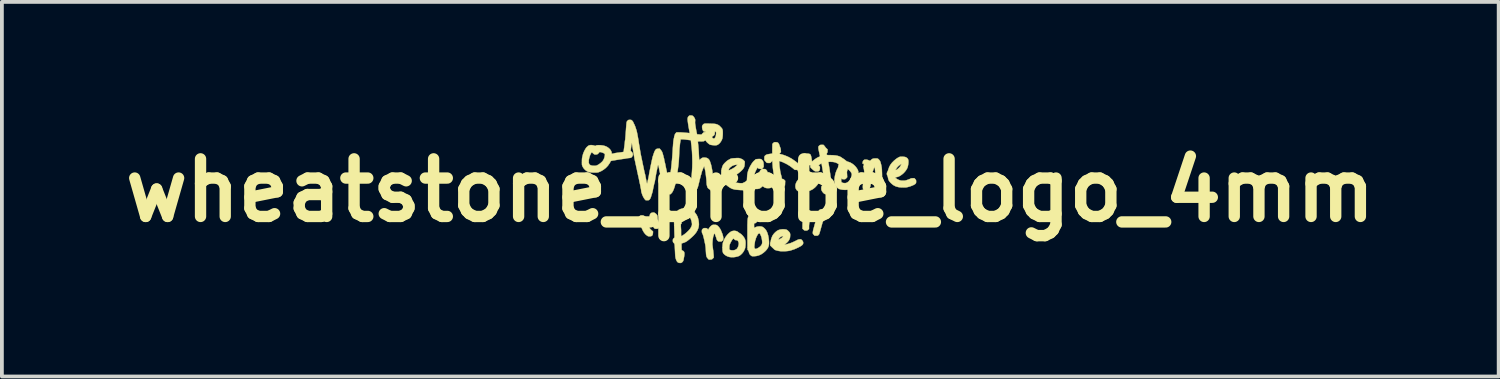
<source format=kicad_pcb>
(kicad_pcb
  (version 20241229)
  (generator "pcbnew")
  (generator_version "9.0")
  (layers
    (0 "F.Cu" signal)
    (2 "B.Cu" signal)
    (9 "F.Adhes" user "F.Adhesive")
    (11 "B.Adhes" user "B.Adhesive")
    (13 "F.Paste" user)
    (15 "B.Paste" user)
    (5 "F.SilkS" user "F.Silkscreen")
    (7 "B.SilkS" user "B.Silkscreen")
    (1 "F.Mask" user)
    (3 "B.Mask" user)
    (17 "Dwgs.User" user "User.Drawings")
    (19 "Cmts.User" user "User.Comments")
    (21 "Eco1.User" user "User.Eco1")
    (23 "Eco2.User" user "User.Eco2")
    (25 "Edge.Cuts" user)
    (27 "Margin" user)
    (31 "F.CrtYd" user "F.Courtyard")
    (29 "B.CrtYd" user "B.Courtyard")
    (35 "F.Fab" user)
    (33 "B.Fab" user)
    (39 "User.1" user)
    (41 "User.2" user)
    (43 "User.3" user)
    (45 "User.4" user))
  (footprint "wheatstone_probe_logo_4mm"
    (layer "F.Cu")
    (at 16.808 1.989)
    (property "Reference" "wheatstone_probe_logo_4mm" (at 0 0 0) (layer "F.SilkS") (effects (font (size 1.524 1.524) (thickness 0.3))))
    (attr through_hole)
    (fp_poly (pts (xy 1.486 0.57) (xy 1.509 0.572) (xy 1.524 0.576) (xy 1.536 0.583) (xy 1.549 0.595) (xy 1.562 0.609) (xy 1.57 0.624) (xy 1.575 0.644) (xy 1.577 0.655) (xy 1.58 0.672) (xy 1.582 0.688) (xy 1.582 0.705) (xy 1.581 0.724) (xy 1.578 0.749) (xy 1.573 0.78) (xy 1.566 0.822) (xy 1.566 0.823) (xy 1.561 0.861) (xy 1.557 0.901) (xy 1.554 0.938) (xy 1.554 0.96) (xy 1.554 1.021) (xy 1.53 1.042) (xy 1.515 1.054) (xy 1.503 1.06) (xy 1.487 1.063) (xy 1.471 1.063) (xy 1.45 1.063) (xy 1.436 1.059) (xy 1.423 1.052) (xy 1.409 1.039) (xy 1.382 1.014) (xy 1.382 0.916) (xy 1.383 0.88) (xy 1.384 0.844) (xy 1.386 0.811) (xy 1.388 0.786) (xy 1.389 0.777) (xy 1.392 0.752) (xy 1.394 0.72) (xy 1.396 0.688) (xy 1.396 0.675) (xy 1.397 0.615) (xy 1.421 0.59) (xy 1.444 0.566) (xy 1.486 0.57)) (stroke (width 0.01) (type solid)) (fill yes) (layer "F.SilkS"))
    (fp_poly (pts (xy -2.547 0.587) (xy -2.535 0.593) (xy -2.517 0.605) (xy -2.517 0.605) (xy -2.49 0.626) (xy -2.472 0.646) (xy -2.461 0.666) (xy -2.456 0.69) (xy -2.454 0.72) (xy -2.453 0.745) (xy -2.45 0.765) (xy -2.445 0.785) (xy -2.437 0.806) (xy -2.425 0.834) (xy -2.417 0.851) (xy -2.403 0.894) (xy -2.399 0.922) (xy -2.398 0.944) (xy -2.4 0.958) (xy -2.405 0.969) (xy -2.415 0.981) (xy -2.422 0.989) (xy -2.436 1.003) (xy -2.446 1.011) (xy -2.458 1.015) (xy -2.476 1.016) (xy -2.486 1.016) (xy -2.508 1.016) (xy -2.522 1.013) (xy -2.533 1.008) (xy -2.544 0.997) (xy -2.547 0.994) (xy -2.562 0.974) (xy -2.579 0.944) (xy -2.598 0.902) (xy -2.62 0.849) (xy -2.636 0.806) (xy -2.654 0.751) (xy -2.663 0.704) (xy -2.663 0.664) (xy -2.654 0.632) (xy -2.636 0.608) (xy -2.628 0.601) (xy -2.614 0.594) (xy -2.593 0.589) (xy -2.58 0.587) (xy -2.561 0.585) (xy -2.547 0.587)) (stroke (width 0.01) (type solid)) (fill yes) (layer "F.SilkS"))
    (fp_poly (pts (xy -2.845 0.662) (xy -2.828 0.666) (xy -2.812 0.674) (xy -2.803 0.68) (xy -2.784 0.695) (xy -2.765 0.712) (xy -2.759 0.719) (xy -2.749 0.732) (xy -2.744 0.744) (xy -2.741 0.759) (xy -2.741 0.782) (xy -2.741 0.783) (xy -2.736 0.832) (xy -2.722 0.881) (xy -2.709 0.908) (xy -2.703 0.921) (xy -2.693 0.941) (xy -2.682 0.964) (xy -2.679 0.97) (xy -2.666 0.996) (xy -2.652 1.016) (xy -2.633 1.036) (xy -2.616 1.052) (xy -2.574 1.089) (xy -2.577 1.132) (xy -2.582 1.166) (xy -2.594 1.191) (xy -2.613 1.207) (xy -2.64 1.215) (xy -2.668 1.217) (xy -2.691 1.215) (xy -2.71 1.21) (xy -2.73 1.198) (xy -2.732 1.197) (xy -2.774 1.163) (xy -2.811 1.118) (xy -2.843 1.064) (xy -2.845 1.059) (xy -2.856 1.036) (xy -2.864 1.017) (xy -2.87 1.005) (xy -2.871 1.002) (xy -2.873 0.995) (xy -2.879 0.981) (xy -2.886 0.967) (xy -2.894 0.949) (xy -2.905 0.924) (xy -2.918 0.894) (xy -2.928 0.868) (xy -2.94 0.838) (xy -2.948 0.814) (xy -2.953 0.795) (xy -2.955 0.776) (xy -2.956 0.755) (xy -2.956 0.754) (xy -2.956 0.708) (xy -2.932 0.685) (xy -2.917 0.672) (xy -2.905 0.665) (xy -2.892 0.662) (xy -2.871 0.662) (xy -2.868 0.662) (xy -2.845 0.662)) (stroke (width 0.01) (type solid)) (fill yes) (layer "F.SilkS"))
    (fp_poly (pts (xy 1.915 0.502) (xy 1.929 0.504) (xy 1.939 0.508) (xy 1.949 0.516) (xy 1.957 0.526) (xy 1.97 0.541) (xy 1.976 0.554) (xy 1.978 0.57) (xy 1.979 0.583) (xy 1.977 0.621) (xy 1.974 0.655) (xy 1.968 0.684) (xy 1.961 0.704) (xy 1.957 0.711) (xy 1.95 0.722) (xy 1.942 0.742) (xy 1.934 0.766) (xy 1.932 0.774) (xy 1.924 0.802) (xy 1.915 0.837) (xy 1.905 0.871) (xy 1.901 0.886) (xy 1.892 0.919) (xy 1.882 0.954) (xy 1.873 0.986) (xy 1.87 0.998) (xy 1.857 1.045) (xy 1.846 1.083) (xy 1.838 1.111) (xy 1.831 1.132) (xy 1.826 1.148) (xy 1.821 1.159) (xy 1.816 1.167) (xy 1.811 1.173) (xy 1.805 1.18) (xy 1.804 1.18) (xy 1.792 1.19) (xy 1.782 1.196) (xy 1.768 1.199) (xy 1.747 1.199) (xy 1.743 1.199) (xy 1.703 1.199) (xy 1.678 1.172) (xy 1.664 1.157) (xy 1.657 1.145) (xy 1.655 1.133) (xy 1.655 1.114) (xy 1.655 1.109) (xy 1.658 1.086) (xy 1.663 1.057) (xy 1.67 1.027) (xy 1.673 1.016) (xy 1.682 0.987) (xy 1.692 0.951) (xy 1.702 0.914) (xy 1.71 0.886) (xy 1.72 0.85) (xy 1.731 0.81) (xy 1.742 0.772) (xy 1.748 0.747) (xy 1.763 0.693) (xy 1.775 0.649) (xy 1.785 0.614) (xy 1.794 0.587) (xy 1.801 0.566) (xy 1.808 0.55) (xy 1.815 0.538) (xy 1.822 0.528) (xy 1.829 0.521) (xy 1.839 0.511) (xy 1.849 0.506) (xy 1.861 0.503) (xy 1.88 0.502) (xy 1.892 0.502) (xy 1.915 0.502)) (stroke (width 0.01) (type solid)) (fill yes) (layer "F.SilkS"))
    (fp_poly (pts (xy -0.375 1.076) (xy -0.342 1.089) (xy -0.322 1.104) (xy -0.304 1.118) (xy -0.285 1.13) (xy -0.284 1.131) (xy -0.248 1.154) (xy -0.213 1.186) (xy -0.185 1.219) (xy -0.161 1.253) (xy -0.145 1.283) (xy -0.135 1.312) (xy -0.128 1.344) (xy -0.126 1.367) (xy -0.125 1.395) (xy -0.126 1.426) (xy -0.128 1.459) (xy -0.131 1.49) (xy -0.135 1.516) (xy -0.14 1.535) (xy -0.142 1.541) (xy -0.147 1.552) (xy -0.154 1.569) (xy -0.159 1.581) (xy -0.181 1.623) (xy -0.213 1.665) (xy -0.251 1.702) (xy -0.273 1.719) (xy -0.292 1.732) (xy -0.314 1.741) (xy -0.341 1.75) (xy -0.394 1.762) (xy -0.448 1.769) (xy -0.5 1.769) (xy -0.547 1.763) (xy -0.559 1.761) (xy -0.603 1.746) (xy -0.641 1.728) (xy -0.675 1.704) (xy -0.681 1.699) (xy -0.702 1.679) (xy -0.717 1.66) (xy -0.727 1.637) (xy -0.733 1.609) (xy -0.736 1.573) (xy -0.737 1.563) (xy -0.737 1.541) (xy -0.556 1.541) (xy -0.555 1.556) (xy -0.554 1.559) (xy -0.544 1.571) (xy -0.525 1.58) (xy -0.5 1.585) (xy -0.471 1.587) (xy -0.441 1.585) (xy -0.413 1.579) (xy -0.389 1.569) (xy -0.389 1.569) (xy -0.372 1.558) (xy -0.357 1.548) (xy -0.353 1.543) (xy -0.338 1.522) (xy -0.324 1.493) (xy -0.313 1.46) (xy -0.307 1.432) (xy -0.305 1.409) (xy -0.305 1.393) (xy -0.308 1.379) (xy -0.314 1.365) (xy -0.326 1.341) (xy -0.337 1.327) (xy -0.349 1.32) (xy -0.365 1.317) (xy -0.372 1.317) (xy -0.391 1.316) (xy -0.404 1.31) (xy -0.419 1.297) (xy -0.419 1.297) (xy -0.433 1.284) (xy -0.443 1.277) (xy -0.447 1.276) (xy -0.457 1.281) (xy -0.47 1.296) (xy -0.487 1.32) (xy -0.505 1.35) (xy -0.521 1.38) (xy -0.534 1.408) (xy -0.543 1.429) (xy -0.549 1.447) (xy -0.552 1.467) (xy -0.554 1.491) (xy -0.555 1.494) (xy -0.556 1.519) (xy -0.556 1.541) (xy -0.737 1.541) (xy -0.737 1.534) (xy -0.737 1.502) (xy -0.735 1.469) (xy -0.732 1.437) (xy -0.729 1.409) (xy -0.725 1.387) (xy -0.722 1.375) (xy -0.721 1.373) (xy -0.717 1.365) (xy -0.711 1.349) (xy -0.703 1.329) (xy -0.694 1.307) (xy -0.685 1.288) (xy -0.678 1.277) (xy -0.671 1.265) (xy -0.667 1.257) (xy -0.664 1.251) (xy -0.655 1.237) (xy -0.643 1.219) (xy -0.635 1.209) (xy -0.607 1.173) (xy -0.575 1.141) (xy -0.543 1.113) (xy -0.513 1.092) (xy -0.492 1.081) (xy -0.453 1.071) (xy -0.413 1.07) (xy -0.375 1.076)) (stroke (width 0.01) (type solid)) (fill yes) (layer "F.SilkS"))
    (fp_poly (pts (xy 0.902 1.03) (xy 0.936 1.035) (xy 0.955 1.04) (xy 0.97 1.046) (xy 0.985 1.057) (xy 1.003 1.074) (xy 1.008 1.078) (xy 1.03 1.102) (xy 1.045 1.123) (xy 1.053 1.146) (xy 1.056 1.174) (xy 1.054 1.21) (xy 1.054 1.213) (xy 1.052 1.236) (xy 1.049 1.255) (xy 1.046 1.266) (xy 1.046 1.267) (xy 1.041 1.276) (xy 1.035 1.291) (xy 1.034 1.295) (xy 1.022 1.319) (xy 1.003 1.346) (xy 0.978 1.374) (xy 0.949 1.401) (xy 0.938 1.409) (xy 0.901 1.437) (xy 0.93 1.433) (xy 0.948 1.429) (xy 0.972 1.423) (xy 0.999 1.416) (xy 1.026 1.408) (xy 1.051 1.401) (xy 1.07 1.394) (xy 1.082 1.389) (xy 1.084 1.388) (xy 1.094 1.383) (xy 1.098 1.382) (xy 1.105 1.38) (xy 1.121 1.373) (xy 1.143 1.363) (xy 1.168 1.351) (xy 1.195 1.338) (xy 1.221 1.325) (xy 1.244 1.313) (xy 1.256 1.307) (xy 1.269 1.302) (xy 1.288 1.298) (xy 1.305 1.296) (xy 1.325 1.294) (xy 1.338 1.295) (xy 1.348 1.3) (xy 1.36 1.31) (xy 1.362 1.312) (xy 1.384 1.337) (xy 1.396 1.361) (xy 1.4 1.386) (xy 1.398 1.407) (xy 1.391 1.425) (xy 1.377 1.443) (xy 1.357 1.46) (xy 1.328 1.479) (xy 1.289 1.5) (xy 1.267 1.512) (xy 1.171 1.555) (xy 1.078 1.586) (xy 1.043 1.596) (xy 1.013 1.601) (xy 0.975 1.606) (xy 0.931 1.609) (xy 0.886 1.61) (xy 0.842 1.61) (xy 0.803 1.609) (xy 0.777 1.606) (xy 0.739 1.6) (xy 0.704 1.592) (xy 0.675 1.583) (xy 0.654 1.575) (xy 0.65 1.573) (xy 0.64 1.565) (xy 0.624 1.551) (xy 0.604 1.532) (xy 0.582 1.511) (xy 0.58 1.51) (xy 0.526 1.456) (xy 0.526 1.417) (xy 0.527 1.39) (xy 0.532 1.371) (xy 0.534 1.367) (xy 0.541 1.353) (xy 0.543 1.338) (xy 0.546 1.315) (xy 0.55 1.301) (xy 0.744 1.301) (xy 0.749 1.303) (xy 0.761 1.298) (xy 0.779 1.29) (xy 0.801 1.278) (xy 0.817 1.268) (xy 0.838 1.252) (xy 0.855 1.234) (xy 0.866 1.218) (xy 0.868 1.208) (xy 0.864 1.206) (xy 0.851 1.209) (xy 0.835 1.215) (xy 0.816 1.224) (xy 0.798 1.234) (xy 0.789 1.241) (xy 0.779 1.25) (xy 0.768 1.264) (xy 0.756 1.279) (xy 0.748 1.293) (xy 0.744 1.301) (xy 0.55 1.301) (xy 0.554 1.285) (xy 0.565 1.251) (xy 0.579 1.218) (xy 0.586 1.202) (xy 0.606 1.171) (xy 0.633 1.137) (xy 0.665 1.105) (xy 0.698 1.078) (xy 0.713 1.067) (xy 0.753 1.048) (xy 0.8 1.035) (xy 0.851 1.029) (xy 0.902 1.03)) (stroke (width 0.01) (type solid)) (fill yes) (layer "F.SilkS"))
    (fp_poly (pts (xy -0.942 0.91) (xy -0.916 0.912) (xy -0.895 0.917) (xy -0.891 0.918) (xy -0.871 0.931) (xy -0.848 0.952) (xy -0.825 0.979) (xy -0.803 1.01) (xy -0.784 1.043) (xy -0.771 1.072) (xy -0.763 1.095) (xy -0.753 1.118) (xy -0.75 1.125) (xy -0.734 1.168) (xy -0.722 1.212) (xy -0.716 1.251) (xy -0.715 1.271) (xy -0.715 1.292) (xy -0.718 1.306) (xy -0.724 1.317) (xy -0.735 1.329) (xy -0.737 1.331) (xy -0.75 1.342) (xy -0.76 1.349) (xy -0.773 1.352) (xy -0.792 1.353) (xy -0.801 1.353) (xy -0.824 1.352) (xy -0.839 1.35) (xy -0.85 1.345) (xy -0.861 1.336) (xy -0.864 1.333) (xy -0.882 1.312) (xy -0.892 1.285) (xy -0.892 1.285) (xy -0.898 1.263) (xy -0.904 1.244) (xy -0.907 1.238) (xy -0.913 1.221) (xy -0.921 1.2) (xy -0.924 1.19) (xy -0.931 1.17) (xy -0.939 1.152) (xy -0.942 1.146) (xy -0.95 1.132) (xy -0.959 1.154) (xy -0.965 1.171) (xy -0.969 1.185) (xy -0.969 1.187) (xy -0.972 1.199) (xy -0.974 1.202) (xy -0.979 1.212) (xy -0.984 1.232) (xy -0.988 1.258) (xy -0.993 1.29) (xy -0.997 1.324) (xy -1 1.359) (xy -1.002 1.392) (xy -1.003 1.421) (xy -1.002 1.441) (xy -1 1.459) (xy -0.997 1.486) (xy -0.993 1.517) (xy -0.988 1.551) (xy -0.988 1.556) (xy -0.982 1.595) (xy -0.978 1.636) (xy -0.974 1.676) (xy -0.971 1.708) (xy -0.967 1.777) (xy -0.99 1.801) (xy -1.003 1.814) (xy -1.014 1.822) (xy -1.028 1.826) (xy -1.049 1.828) (xy -1.054 1.829) (xy -1.096 1.832) (xy -1.123 1.804) (xy -1.138 1.787) (xy -1.149 1.771) (xy -1.158 1.752) (xy -1.164 1.728) (xy -1.169 1.7) (xy -1.172 1.663) (xy -1.175 1.617) (xy -1.176 1.601) (xy -1.178 1.555) (xy -1.181 1.517) (xy -1.185 1.483) (xy -1.19 1.448) (xy -1.198 1.408) (xy -1.202 1.391) (xy -1.215 1.328) (xy -1.227 1.276) (xy -1.237 1.234) (xy -1.246 1.201) (xy -1.254 1.175) (xy -1.26 1.157) (xy -1.267 1.144) (xy -1.268 1.142) (xy -1.276 1.128) (xy -1.28 1.111) (xy -1.282 1.088) (xy -1.282 1.082) (xy -1.281 1.06) (xy -1.279 1.046) (xy -1.274 1.035) (xy -1.263 1.024) (xy -1.259 1.02) (xy -1.247 1.009) (xy -1.236 1.002) (xy -1.223 0.999) (xy -1.204 0.998) (xy -1.196 0.998) (xy -1.174 0.999) (xy -1.16 1.001) (xy -1.149 1.006) (xy -1.137 1.016) (xy -1.133 1.02) (xy -1.121 1.031) (xy -1.112 1.037) (xy -1.111 1.036) (xy -1.107 1.029) (xy -1.1 1.014) (xy -1.088 0.996) (xy -1.088 0.995) (xy -1.061 0.961) (xy -1.03 0.932) (xy -1.006 0.917) (xy -0.991 0.912) (xy -0.968 0.91) (xy -0.942 0.91)) (stroke (width 0.01) (type solid)) (fill yes) (layer "F.SilkS"))
    (fp_poly (pts (xy 3.34 -0.845) (xy 3.359 -0.844) (xy 3.371 -0.841) (xy 3.38 -0.837) (xy 3.39 -0.829) (xy 3.394 -0.826) (xy 3.424 -0.792) (xy 3.444 -0.753) (xy 3.45 -0.731) (xy 3.455 -0.711) (xy 3.459 -0.694) (xy 3.461 -0.688) (xy 3.464 -0.678) (xy 3.468 -0.658) (xy 3.472 -0.633) (xy 3.476 -0.614) (xy 3.478 -0.593) (xy 3.481 -0.569) (xy 3.483 -0.54) (xy 3.484 -0.504) (xy 3.486 -0.461) (xy 3.487 -0.409) (xy 3.488 -0.347) (xy 3.489 -0.308) (xy 3.492 -0.065) (xy 3.466 -0.037) (xy 3.45 -0.022) (xy 3.437 -0.013) (xy 3.423 -0.009) (xy 3.408 -0.007) (xy 3.39 -0.006) (xy 3.377 -0.008) (xy 3.364 -0.014) (xy 3.348 -0.027) (xy 3.345 -0.029) (xy 3.314 -0.053) (xy 3.313 -0.167) (xy 3.313 -0.255) (xy 3.312 -0.334) (xy 3.31 -0.403) (xy 3.308 -0.462) (xy 3.305 -0.51) (xy 3.301 -0.546) (xy 3.299 -0.563) (xy 3.295 -0.587) (xy 3.292 -0.606) (xy 3.29 -0.619) (xy 3.29 -0.621) (xy 3.288 -0.626) (xy 3.287 -0.625) (xy 3.284 -0.618) (xy 3.277 -0.602) (xy 3.269 -0.58) (xy 3.26 -0.555) (xy 3.251 -0.528) (xy 3.242 -0.504) (xy 3.237 -0.484) (xy 3.229 -0.457) (xy 3.22 -0.427) (xy 3.213 -0.405) (xy 3.206 -0.374) (xy 3.204 -0.347) (xy 3.205 -0.332) (xy 3.206 -0.309) (xy 3.205 -0.281) (xy 3.202 -0.258) (xy 3.194 -0.205) (xy 3.187 -0.163) (xy 3.181 -0.131) (xy 3.176 -0.109) (xy 3.173 -0.096) (xy 3.172 -0.094) (xy 3.168 -0.082) (xy 3.164 -0.065) (xy 3.163 -0.061) (xy 3.153 -0.03) (xy 3.135 -0.008) (xy 3.11 0.006) (xy 3.076 0.012) (xy 3.067 0.012) (xy 3.046 0.011) (xy 3.032 0.008) (xy 3.021 0.001) (xy 3.007 -0.01) (xy 2.992 -0.028) (xy 2.983 -0.046) (xy 2.98 -0.06) (xy 2.978 -0.092) (xy 2.98 -0.134) (xy 2.985 -0.186) (xy 2.993 -0.245) (xy 3.005 -0.311) (xy 3.012 -0.346) (xy 3.018 -0.373) (xy 3.021 -0.396) (xy 3.022 -0.417) (xy 3.021 -0.442) (xy 3.019 -0.473) (xy 3.01 -0.545) (xy 2.997 -0.612) (xy 2.992 -0.632) (xy 2.991 -0.646) (xy 2.999 -0.653) (xy 2.999 -0.653) (xy 3.006 -0.658) (xy 3.008 -0.667) (xy 3.006 -0.682) (xy 3.005 -0.684) (xy 3.001 -0.7) (xy 2.996 -0.707) (xy 2.988 -0.708) (xy 2.985 -0.707) (xy 2.976 -0.706) (xy 2.972 -0.709) (xy 2.971 -0.718) (xy 2.973 -0.736) (xy 2.98 -0.769) (xy 2.995 -0.794) (xy 3.013 -0.808) (xy 3.033 -0.813) (xy 3.059 -0.814) (xy 3.089 -0.811) (xy 3.118 -0.803) (xy 3.137 -0.796) (xy 3.169 -0.78) (xy 3.193 -0.803) (xy 3.213 -0.821) (xy 3.231 -0.833) (xy 3.251 -0.84) (xy 3.276 -0.844) (xy 3.309 -0.845) (xy 3.313 -0.845) (xy 3.34 -0.845)) (stroke (width 0.01) (type solid)) (fill yes) (layer "F.SilkS"))
    (fp_poly (pts (xy 0.029 0.638) (xy 0.051 0.639) (xy 0.07 0.642) (xy 0.08 0.646) (xy 0.104 0.663) (xy 0.131 0.685) (xy 0.154 0.71) (xy 0.162 0.72) (xy 0.174 0.736) (xy 0.18 0.75) (xy 0.183 0.766) (xy 0.183 0.784) (xy 0.183 0.805) (xy 0.18 0.819) (xy 0.173 0.832) (xy 0.162 0.845) (xy 0.146 0.86) (xy 0.133 0.867) (xy 0.12 0.868) (xy 0.1 0.868) (xy 0.1 0.934) (xy 0.101 0.963) (xy 0.101 0.981) (xy 0.102 0.991) (xy 0.105 0.994) (xy 0.108 0.993) (xy 0.111 0.991) (xy 0.122 0.984) (xy 0.139 0.974) (xy 0.154 0.968) (xy 0.184 0.959) (xy 0.221 0.954) (xy 0.258 0.953) (xy 0.294 0.957) (xy 0.323 0.966) (xy 0.325 0.967) (xy 0.354 0.986) (xy 0.384 1.014) (xy 0.413 1.049) (xy 0.421 1.062) (xy 0.44 1.097) (xy 0.457 1.141) (xy 0.472 1.192) (xy 0.483 1.247) (xy 0.491 1.304) (xy 0.495 1.36) (xy 0.495 1.413) (xy 0.495 1.418) (xy 0.487 1.467) (xy 0.469 1.513) (xy 0.441 1.558) (xy 0.405 1.6) (xy 0.348 1.651) (xy 0.289 1.691) (xy 0.226 1.72) (xy 0.159 1.737) (xy 0.09 1.743) (xy 0.089 1.743) (xy 0.063 1.742) (xy 0.046 1.74) (xy 0.032 1.735) (xy 0.024 1.729) (xy -0.007 1.702) (xy -0.027 1.67) (xy -0.036 1.639) (xy -0.045 1.608) (xy -0.058 1.587) (xy -0.073 1.571) (xy -0.074 1.492) (xy 0.106 1.492) (xy 0.106 1.507) (xy 0.108 1.518) (xy 0.113 1.528) (xy 0.119 1.535) (xy 0.13 1.546) (xy 0.142 1.55) (xy 0.158 1.547) (xy 0.18 1.538) (xy 0.222 1.515) (xy 0.259 1.487) (xy 0.288 1.456) (xy 0.303 1.432) (xy 0.312 1.407) (xy 0.315 1.372) (xy 0.312 1.328) (xy 0.304 1.277) (xy 0.298 1.249) (xy 0.289 1.22) (xy 0.278 1.192) (xy 0.267 1.167) (xy 0.257 1.148) (xy 0.248 1.138) (xy 0.246 1.136) (xy 0.231 1.137) (xy 0.214 1.147) (xy 0.197 1.167) (xy 0.181 1.195) (xy 0.18 1.196) (xy 0.164 1.23) (xy 0.153 1.255) (xy 0.146 1.273) (xy 0.142 1.286) (xy 0.142 1.293) (xy 0.139 1.304) (xy 0.137 1.308) (xy 0.132 1.316) (xy 0.127 1.335) (xy 0.122 1.364) (xy 0.116 1.403) (xy 0.111 1.438) (xy 0.108 1.47) (xy 0.106 1.492) (xy -0.074 1.492) (xy -0.076 1.209) (xy -0.076 1.12) (xy -0.076 1.042) (xy -0.076 0.974) (xy -0.076 0.915) (xy -0.074 0.865) (xy -0.073 0.822) (xy -0.071 0.787) (xy -0.068 0.757) (xy -0.064 0.733) (xy -0.059 0.713) (xy -0.054 0.697) (xy -0.048 0.684) (xy -0.04 0.672) (xy -0.032 0.662) (xy -0.031 0.661) (xy -0.02 0.649) (xy -0.01 0.642) (xy 0.002 0.639) (xy 0.021 0.638) (xy 0.029 0.638)) (stroke (width 0.01) (type solid)) (fill yes) (layer "F.SilkS"))
    (fp_poly (pts (xy 4.014 -0.891) (xy 4.031 -0.891) (xy 4.063 -0.889) (xy 4.087 -0.886) (xy 4.105 -0.882) (xy 4.119 -0.876) (xy 4.12 -0.876) (xy 4.146 -0.859) (xy 4.166 -0.84) (xy 4.178 -0.816) (xy 4.184 -0.786) (xy 4.185 -0.748) (xy 4.181 -0.701) (xy 4.18 -0.694) (xy 4.173 -0.652) (xy 4.165 -0.619) (xy 4.155 -0.592) (xy 4.153 -0.587) (xy 4.128 -0.543) (xy 4.096 -0.5) (xy 4.059 -0.459) (xy 4.017 -0.423) (xy 3.975 -0.393) (xy 3.932 -0.369) (xy 3.891 -0.355) (xy 3.872 -0.351) (xy 3.854 -0.348) (xy 3.841 -0.345) (xy 3.836 -0.342) (xy 3.838 -0.335) (xy 3.849 -0.325) (xy 3.866 -0.312) (xy 3.887 -0.299) (xy 3.911 -0.286) (xy 3.934 -0.276) (xy 3.938 -0.274) (xy 3.962 -0.266) (xy 3.983 -0.261) (xy 4.005 -0.258) (xy 4.032 -0.257) (xy 4.043 -0.257) (xy 4.072 -0.258) (xy 4.095 -0.26) (xy 4.117 -0.264) (xy 4.141 -0.272) (xy 4.164 -0.28) (xy 4.191 -0.289) (xy 4.215 -0.299) (xy 4.233 -0.307) (xy 4.241 -0.311) (xy 4.255 -0.318) (xy 4.277 -0.321) (xy 4.299 -0.322) (xy 4.342 -0.322) (xy 4.366 -0.297) (xy 4.378 -0.283) (xy 4.385 -0.271) (xy 4.388 -0.257) (xy 4.389 -0.236) (xy 4.389 -0.234) (xy 4.388 -0.21) (xy 4.384 -0.194) (xy 4.377 -0.181) (xy 4.376 -0.181) (xy 4.36 -0.166) (xy 4.333 -0.149) (xy 4.299 -0.133) (xy 4.26 -0.117) (xy 4.217 -0.102) (xy 4.173 -0.09) (xy 4.141 -0.083) (xy 4.114 -0.079) (xy 4.08 -0.078) (xy 4.04 -0.078) (xy 4 -0.079) (xy 3.962 -0.082) (xy 3.929 -0.086) (xy 3.919 -0.088) (xy 3.894 -0.094) (xy 3.875 -0.099) (xy 3.859 -0.104) (xy 3.841 -0.111) (xy 3.819 -0.122) (xy 3.81 -0.126) (xy 3.784 -0.142) (xy 3.755 -0.164) (xy 3.726 -0.19) (xy 3.699 -0.218) (xy 3.677 -0.245) (xy 3.663 -0.268) (xy 3.663 -0.268) (xy 3.655 -0.29) (xy 3.648 -0.317) (xy 3.644 -0.339) (xy 3.639 -0.363) (xy 3.632 -0.383) (xy 3.626 -0.395) (xy 3.617 -0.414) (xy 3.614 -0.439) (xy 3.617 -0.465) (xy 3.625 -0.487) (xy 3.629 -0.495) (xy 3.638 -0.51) (xy 3.648 -0.533) (xy 3.65 -0.539) (xy 3.846 -0.539) (xy 3.853 -0.538) (xy 3.868 -0.544) (xy 3.887 -0.556) (xy 3.924 -0.586) (xy 3.955 -0.618) (xy 3.978 -0.651) (xy 3.992 -0.683) (xy 3.993 -0.685) (xy 3.998 -0.703) (xy 3.964 -0.679) (xy 3.947 -0.666) (xy 3.927 -0.65) (xy 3.908 -0.631) (xy 3.891 -0.613) (xy 3.877 -0.597) (xy 3.87 -0.586) (xy 3.869 -0.583) (xy 3.866 -0.575) (xy 3.858 -0.563) (xy 3.857 -0.563) (xy 3.847 -0.548) (xy 3.846 -0.539) (xy 3.65 -0.539) (xy 3.656 -0.559) (xy 3.677 -0.621) (xy 3.711 -0.681) (xy 3.755 -0.738) (xy 3.799 -0.782) (xy 3.836 -0.813) (xy 3.867 -0.838) (xy 3.896 -0.857) (xy 3.925 -0.874) (xy 3.93 -0.876) (xy 3.946 -0.884) (xy 3.959 -0.888) (xy 3.972 -0.891) (xy 3.99 -0.892) (xy 4.014 -0.891)) (stroke (width 0.01) (type solid)) (fill yes) (layer "F.SilkS"))
    (fp_poly (pts (xy -1.648 0.47) (xy -1.611 0.479) (xy -1.576 0.495) (xy -1.558 0.505) (xy -1.506 0.545) (xy -1.46 0.593) (xy -1.423 0.645) (xy -1.395 0.701) (xy -1.382 0.743) (xy -1.369 0.803) (xy -1.362 0.856) (xy -1.36 0.902) (xy -1.364 0.945) (xy -1.372 0.986) (xy -1.379 1.006) (xy -1.398 1.054) (xy -1.424 1.1) (xy -1.458 1.146) (xy -1.5 1.193) (xy -1.552 1.242) (xy -1.566 1.254) (xy -1.608 1.29) (xy -1.644 1.319) (xy -1.675 1.342) (xy -1.703 1.36) (xy -1.73 1.373) (xy -1.757 1.384) (xy -1.782 1.392) (xy -1.803 1.398) (xy -1.815 1.404) (xy -1.82 1.411) (xy -1.82 1.414) (xy -1.821 1.428) (xy -1.821 1.449) (xy -1.82 1.475) (xy -1.82 1.503) (xy -1.819 1.53) (xy -1.818 1.554) (xy -1.817 1.57) (xy -1.816 1.577) (xy -1.809 1.586) (xy -1.796 1.593) (xy -1.794 1.594) (xy -1.773 1.604) (xy -1.758 1.618) (xy -1.749 1.638) (xy -1.744 1.665) (xy -1.745 1.699) (xy -1.75 1.743) (xy -1.754 1.763) (xy -1.761 1.802) (xy -1.766 1.831) (xy -1.772 1.853) (xy -1.778 1.869) (xy -1.785 1.881) (xy -1.794 1.891) (xy -1.802 1.899) (xy -1.817 1.911) (xy -1.83 1.917) (xy -1.846 1.92) (xy -1.859 1.92) (xy -1.89 1.917) (xy -1.912 1.908) (xy -1.933 1.891) (xy -1.95 1.864) (xy -1.966 1.827) (xy -1.972 1.808) (xy -1.977 1.789) (xy -1.981 1.77) (xy -1.984 1.747) (xy -1.987 1.719) (xy -1.989 1.684) (xy -1.991 1.642) (xy -1.993 1.601) (xy -1.995 1.56) (xy -1.997 1.523) (xy -1.998 1.491) (xy -2 1.468) (xy -2.002 1.442) (xy -2.005 1.425) (xy -2.009 1.413) (xy -2.016 1.402) (xy -2.027 1.39) (xy -2.04 1.375) (xy -2.047 1.362) (xy -2.049 1.347) (xy -2.05 1.329) (xy -2.049 1.308) (xy -2.046 1.294) (xy -2.038 1.281) (xy -2.027 1.268) (xy -2.005 1.243) (xy -2.012 1.022) (xy -2.014 0.968) (xy -2.015 0.925) (xy -1.84 0.925) (xy -1.839 0.947) (xy -1.837 0.977) (xy -1.835 1.007) (xy -1.833 1.034) (xy -1.832 1.054) (xy -1.832 1.065) (xy -1.832 1.066) (xy -1.832 1.077) (xy -1.832 1.096) (xy -1.832 1.121) (xy -1.832 1.144) (xy -1.831 1.176) (xy -1.83 1.196) (xy -1.827 1.207) (xy -1.824 1.211) (xy -1.815 1.208) (xy -1.8 1.2) (xy -1.79 1.193) (xy -1.762 1.174) (xy -1.739 1.158) (xy -1.718 1.142) (xy -1.695 1.121) (xy -1.682 1.111) (xy -1.633 1.063) (xy -1.595 1.019) (xy -1.567 0.975) (xy -1.548 0.932) (xy -1.547 0.928) (xy -1.543 0.9) (xy -1.545 0.866) (xy -1.552 0.828) (xy -1.563 0.789) (xy -1.577 0.752) (xy -1.594 0.72) (xy -1.608 0.702) (xy -1.636 0.675) (xy -1.666 0.658) (xy -1.696 0.65) (xy -1.701 0.65) (xy -1.73 0.653) (xy -1.76 0.66) (xy -1.787 0.67) (xy -1.801 0.679) (xy -1.806 0.683) (xy -1.81 0.689) (xy -1.813 0.697) (xy -1.814 0.71) (xy -1.815 0.731) (xy -1.816 0.759) (xy -1.816 0.782) (xy -1.816 0.817) (xy -1.817 0.842) (xy -1.819 0.86) (xy -1.821 0.872) (xy -1.824 0.88) (xy -1.828 0.886) (xy -1.829 0.887) (xy -1.835 0.893) (xy -1.838 0.9) (xy -1.839 0.91) (xy -1.84 0.925) (xy -2.015 0.925) (xy -2.015 0.913) (xy -2.017 0.861) (xy -2.019 0.813) (xy -2.021 0.771) (xy -2.022 0.737) (xy -2.023 0.717) (xy -2.027 0.633) (xy -2.002 0.606) (xy -1.988 0.592) (xy -1.976 0.582) (xy -1.97 0.579) (xy -1.963 0.575) (xy -1.95 0.565) (xy -1.937 0.552) (xy -1.911 0.528) (xy -1.883 0.509) (xy -1.851 0.495) (xy -1.813 0.484) (xy -1.767 0.475) (xy -1.741 0.472) (xy -1.691 0.468) (xy -1.648 0.47)) (stroke (width 0.01) (type solid)) (fill yes) (layer "F.SilkS"))
    (fp_poly (pts (xy 0.698 -1.274) (xy 0.719 -1.269) (xy 0.736 -1.258) (xy 0.75 -1.24) (xy 0.763 -1.214) (xy 0.776 -1.178) (xy 0.78 -1.167) (xy 0.787 -1.145) (xy 0.794 -1.128) (xy 0.798 -1.119) (xy 0.798 -1.119) (xy 0.801 -1.11) (xy 0.804 -1.093) (xy 0.807 -1.07) (xy 0.807 -1.064) (xy 0.811 -1.015) (xy 0.788 -0.992) (xy 0.776 -0.978) (xy 0.772 -0.969) (xy 0.774 -0.966) (xy 0.784 -0.964) (xy 0.801 -0.959) (xy 0.824 -0.953) (xy 0.833 -0.95) (xy 0.873 -0.939) (xy 0.918 -0.923) (xy 0.963 -0.905) (xy 1.004 -0.887) (xy 1.028 -0.875) (xy 1.048 -0.864) (xy 1.066 -0.854) (xy 1.075 -0.849) (xy 1.09 -0.841) (xy 1.107 -0.83) (xy 1.111 -0.827) (xy 1.159 -0.794) (xy 1.196 -0.767) (xy 1.224 -0.746) (xy 1.243 -0.732) (xy 1.247 -0.728) (xy 1.263 -0.714) (xy 1.276 -0.754) (xy 1.283 -0.775) (xy 1.289 -0.791) (xy 1.294 -0.8) (xy 1.294 -0.8) (xy 1.298 -0.808) (xy 1.307 -0.824) (xy 1.317 -0.844) (xy 1.321 -0.851) (xy 1.338 -0.88) (xy 1.36 -0.909) (xy 1.383 -0.935) (xy 1.407 -0.955) (xy 1.428 -0.969) (xy 1.439 -0.972) (xy 1.454 -0.974) (xy 1.477 -0.974) (xy 1.504 -0.974) (xy 1.512 -0.974) (xy 1.542 -0.971) (xy 1.564 -0.966) (xy 1.582 -0.957) (xy 1.595 -0.943) (xy 1.604 -0.921) (xy 1.612 -0.891) (xy 1.619 -0.851) (xy 1.622 -0.835) (xy 1.632 -0.764) (xy 1.667 -0.791) (xy 1.701 -0.817) (xy 1.728 -0.837) (xy 1.751 -0.852) (xy 1.771 -0.864) (xy 1.791 -0.874) (xy 1.805 -0.881) (xy 1.828 -0.892) (xy 1.841 -0.9) (xy 1.846 -0.906) (xy 1.845 -0.909) (xy 1.842 -0.921) (xy 1.838 -0.938) (xy 1.836 -0.945) (xy 1.832 -0.962) (xy 1.827 -0.987) (xy 1.821 -1.016) (xy 1.816 -1.038) (xy 1.81 -1.068) (xy 1.805 -1.097) (xy 1.802 -1.121) (xy 1.802 -1.133) (xy 1.803 -1.151) (xy 1.807 -1.164) (xy 1.817 -1.176) (xy 1.825 -1.184) (xy 1.838 -1.195) (xy 1.849 -1.201) (xy 1.862 -1.204) (xy 1.881 -1.205) (xy 1.893 -1.205) (xy 1.936 -1.205) (xy 1.961 -1.178) (xy 1.973 -1.162) (xy 1.982 -1.15) (xy 1.985 -1.145) (xy 1.989 -1.138) (xy 2 -1.126) (xy 2.014 -1.112) (xy 2.044 -1.086) (xy 2.044 -1.046) (xy 2.043 -1.021) (xy 2.039 -1.004) (xy 2.033 -0.992) (xy 2.032 -0.991) (xy 2.022 -0.972) (xy 2.022 -0.955) (xy 2.026 -0.945) (xy 2.029 -0.94) (xy 2.035 -0.937) (xy 2.044 -0.935) (xy 2.06 -0.934) (xy 2.083 -0.933) (xy 2.115 -0.933) (xy 2.122 -0.933) (xy 2.191 -0.931) (xy 2.254 -0.925) (xy 2.309 -0.915) (xy 2.356 -0.901) (xy 2.392 -0.884) (xy 2.398 -0.88) (xy 2.409 -0.873) (xy 2.42 -0.865) (xy 2.435 -0.855) (xy 2.457 -0.841) (xy 2.475 -0.829) (xy 2.497 -0.813) (xy 2.519 -0.796) (xy 2.531 -0.786) (xy 2.549 -0.772) (xy 2.571 -0.762) (xy 2.597 -0.754) (xy 2.642 -0.739) (xy 2.687 -0.714) (xy 2.732 -0.682) (xy 2.773 -0.644) (xy 2.808 -0.602) (xy 2.836 -0.559) (xy 2.848 -0.534) (xy 2.853 -0.518) (xy 2.857 -0.503) (xy 2.86 -0.485) (xy 2.861 -0.462) (xy 2.862 -0.431) (xy 2.862 -0.419) (xy 2.861 -0.383) (xy 2.86 -0.354) (xy 2.857 -0.331) (xy 2.853 -0.309) (xy 2.849 -0.294) (xy 2.841 -0.27) (xy 2.834 -0.25) (xy 2.828 -0.236) (xy 2.827 -0.234) (xy 2.819 -0.221) (xy 2.809 -0.203) (xy 2.807 -0.199) (xy 2.791 -0.174) (xy 2.768 -0.145) (xy 2.742 -0.115) (xy 2.715 -0.088) (xy 2.689 -0.067) (xy 2.679 -0.059) (xy 2.628 -0.034) (xy 2.573 -0.018) (xy 2.513 -0.013) (xy 2.447 -0.017) (xy 2.405 -0.024) (xy 2.37 -0.032) (xy 2.343 -0.042) (xy 2.319 -0.057) (xy 2.294 -0.077) (xy 2.275 -0.097) (xy 2.256 -0.12) (xy 2.242 -0.144) (xy 2.233 -0.172) (xy 2.229 -0.205) (xy 2.227 -0.247) (xy 2.227 -0.252) (xy 2.405 -0.252) (xy 2.408 -0.229) (xy 2.418 -0.214) (xy 2.435 -0.203) (xy 2.462 -0.196) (xy 2.472 -0.195) (xy 2.509 -0.192) (xy 2.541 -0.198) (xy 2.567 -0.21) (xy 2.605 -0.238) (xy 2.636 -0.277) (xy 2.656 -0.312) (xy 2.673 -0.354) (xy 2.683 -0.392) (xy 2.687 -0.424) (xy 2.685 -0.439) (xy 2.679 -0.455) (xy 2.667 -0.476) (xy 2.651 -0.498) (xy 2.632 -0.52) (xy 2.614 -0.539) (xy 2.597 -0.553) (xy 2.584 -0.561) (xy 2.581 -0.561) (xy 2.576 -0.556) (xy 2.571 -0.542) (xy 2.565 -0.524) (xy 2.56 -0.504) (xy 2.557 -0.486) (xy 2.557 -0.476) (xy 2.558 -0.462) (xy 2.559 -0.44) (xy 2.561 -0.414) (xy 2.561 -0.403) (xy 2.564 -0.349) (xy 2.54 -0.322) (xy 2.526 -0.308) (xy 2.515 -0.3) (xy 2.503 -0.296) (xy 2.485 -0.295) (xy 2.476 -0.295) (xy 2.453 -0.296) (xy 2.438 -0.299) (xy 2.427 -0.305) (xy 2.424 -0.308) (xy 2.411 -0.32) (xy 2.407 -0.284) (xy 2.405 -0.252) (xy 2.227 -0.252) (xy 2.227 -0.254) (xy 2.23 -0.319) (xy 2.241 -0.387) (xy 2.253 -0.442) (xy 2.262 -0.47) (xy 2.273 -0.501) (xy 2.286 -0.532) (xy 2.298 -0.56) (xy 2.31 -0.582) (xy 2.314 -0.589) (xy 2.324 -0.61) (xy 2.327 -0.629) (xy 2.33 -0.649) (xy 2.336 -0.67) (xy 2.336 -0.672) (xy 2.342 -0.685) (xy 2.344 -0.693) (xy 2.344 -0.694) (xy 2.338 -0.697) (xy 2.33 -0.701) (xy 2.293 -0.722) (xy 2.258 -0.738) (xy 2.221 -0.748) (xy 2.18 -0.754) (xy 2.131 -0.756) (xy 2.116 -0.756) (xy 2.09 -0.756) (xy 2.075 -0.755) (xy 2.066 -0.753) (xy 2.064 -0.75) (xy 2.064 -0.744) (xy 2.065 -0.743) (xy 2.067 -0.73) (xy 2.072 -0.708) (xy 2.077 -0.68) (xy 2.082 -0.649) (xy 2.087 -0.618) (xy 2.092 -0.589) (xy 2.096 -0.565) (xy 2.097 -0.558) (xy 2.1 -0.537) (xy 2.104 -0.509) (xy 2.108 -0.477) (xy 2.112 -0.455) (xy 2.125 -0.351) (xy 2.135 -0.256) (xy 2.139 -0.17) (xy 2.14 -0.092) (xy 2.138 -0.056) (xy 2.133 0.035) (xy 2.109 0.064) (xy 2.088 0.086) (xy 2.068 0.096) (xy 2.067 0.097) (xy 2.049 0.099) (xy 2.027 0.1) (xy 2.003 0.1) (xy 1.984 0.098) (xy 1.973 0.096) (xy 1.953 0.085) (xy 1.932 0.065) (xy 1.912 0.042) (xy 1.896 0.017) (xy 1.895 0.016) (xy 1.886 -0.005) (xy 1.881 -0.021) (xy 1.879 -0.039) (xy 1.879 -0.063) (xy 1.879 -0.064) (xy 1.881 -0.087) (xy 1.884 -0.102) (xy 1.889 -0.112) (xy 1.897 -0.121) (xy 1.901 -0.125) (xy 1.92 -0.138) (xy 1.941 -0.142) (xy 1.942 -0.142) (xy 1.964 -0.142) (xy 1.96 -0.199) (xy 1.957 -0.229) (xy 1.954 -0.258) (xy 1.951 -0.282) (xy 1.95 -0.289) (xy 1.946 -0.31) (xy 1.942 -0.337) (xy 1.939 -0.368) (xy 1.937 -0.384) (xy 1.933 -0.417) (xy 1.928 -0.456) (xy 1.923 -0.495) (xy 1.919 -0.517) (xy 1.913 -0.552) (xy 1.907 -0.589) (xy 1.901 -0.624) (xy 1.898 -0.644) (xy 1.894 -0.669) (xy 1.89 -0.69) (xy 1.886 -0.704) (xy 1.885 -0.707) (xy 1.88 -0.71) (xy 1.869 -0.706) (xy 1.851 -0.696) (xy 1.844 -0.691) (xy 1.807 -0.667) (xy 1.826 -0.646) (xy 1.835 -0.634) (xy 1.84 -0.624) (xy 1.843 -0.612) (xy 1.843 -0.593) (xy 1.842 -0.58) (xy 1.84 -0.557) (xy 1.838 -0.542) (xy 1.833 -0.532) (xy 1.824 -0.523) (xy 1.821 -0.519) (xy 1.809 -0.51) (xy 1.798 -0.505) (xy 1.784 -0.503) (xy 1.762 -0.502) (xy 1.758 -0.502) (xy 1.735 -0.503) (xy 1.718 -0.505) (xy 1.705 -0.511) (xy 1.69 -0.52) (xy 1.689 -0.521) (xy 1.672 -0.534) (xy 1.651 -0.552) (xy 1.629 -0.572) (xy 1.626 -0.575) (xy 1.608 -0.593) (xy 1.597 -0.605) (xy 1.591 -0.616) (xy 1.589 -0.627) (xy 1.589 -0.641) (xy 1.589 -0.671) (xy 1.548 -0.669) (xy 1.527 -0.668) (xy 1.512 -0.669) (xy 1.502 -0.673) (xy 1.49 -0.682) (xy 1.484 -0.688) (xy 1.471 -0.699) (xy 1.461 -0.707) (xy 1.458 -0.709) (xy 1.454 -0.704) (xy 1.449 -0.69) (xy 1.444 -0.67) (xy 1.438 -0.649) (xy 1.434 -0.627) (xy 1.433 -0.617) (xy 1.432 -0.599) (xy 1.434 -0.585) (xy 1.442 -0.573) (xy 1.455 -0.56) (xy 1.476 -0.547) (xy 1.505 -0.531) (xy 1.528 -0.52) (xy 1.588 -0.488) (xy 1.642 -0.456) (xy 1.687 -0.425) (xy 1.723 -0.396) (xy 1.749 -0.368) (xy 1.751 -0.366) (xy 1.769 -0.34) (xy 1.78 -0.315) (xy 1.787 -0.287) (xy 1.789 -0.254) (xy 1.789 -0.22) (xy 1.787 -0.162) (xy 1.756 -0.124) (xy 1.711 -0.076) (xy 1.659 -0.035) (xy 1.603 -0.005) (xy 1.574 0.006) (xy 1.553 0.013) (xy 1.536 0.019) (xy 1.527 0.023) (xy 1.527 0.024) (xy 1.519 0.028) (xy 1.507 0.031) (xy 1.488 0.034) (xy 1.46 0.038) (xy 1.427 0.041) (xy 1.373 0.045) (xy 1.328 0.042) (xy 1.291 0.033) (xy 1.259 0.017) (xy 1.231 -0.006) (xy 1.227 -0.01) (xy 1.208 -0.039) (xy 1.197 -0.074) (xy 1.193 -0.114) (xy 1.198 -0.155) (xy 1.211 -0.197) (xy 1.231 -0.236) (xy 1.232 -0.237) (xy 1.261 -0.277) (xy 1.287 -0.307) (xy 1.31 -0.328) (xy 1.328 -0.336) (xy 1.357 -0.342) (xy 1.379 -0.342) (xy 1.398 -0.333) (xy 1.416 -0.317) (xy 1.43 -0.303) (xy 1.437 -0.292) (xy 1.44 -0.28) (xy 1.441 -0.262) (xy 1.441 -0.251) (xy 1.441 -0.229) (xy 1.438 -0.214) (xy 1.432 -0.2) (xy 1.421 -0.184) (xy 1.415 -0.175) (xy 1.402 -0.158) (xy 1.393 -0.145) (xy 1.39 -0.138) (xy 1.39 -0.138) (xy 1.397 -0.138) (xy 1.412 -0.14) (xy 1.431 -0.143) (xy 1.451 -0.148) (xy 1.469 -0.153) (xy 1.48 -0.156) (xy 1.496 -0.163) (xy 1.517 -0.172) (xy 1.524 -0.175) (xy 1.545 -0.185) (xy 1.568 -0.198) (xy 1.579 -0.205) (xy 1.594 -0.218) (xy 1.604 -0.23) (xy 1.606 -0.242) (xy 1.602 -0.254) (xy 1.589 -0.268) (xy 1.568 -0.284) (xy 1.538 -0.302) (xy 1.498 -0.324) (xy 1.453 -0.348) (xy 1.415 -0.367) (xy 1.385 -0.383) (xy 1.363 -0.397) (xy 1.344 -0.41) (xy 1.329 -0.423) (xy 1.314 -0.438) (xy 1.311 -0.441) (xy 1.286 -0.469) (xy 1.269 -0.492) (xy 1.259 -0.512) (xy 1.256 -0.524) (xy 1.253 -0.535) (xy 1.248 -0.54) (xy 1.239 -0.543) (xy 1.223 -0.543) (xy 1.213 -0.543) (xy 1.192 -0.544) (xy 1.177 -0.547) (xy 1.165 -0.553) (xy 1.151 -0.565) (xy 1.15 -0.566) (xy 1.129 -0.584) (xy 1.102 -0.605) (xy 1.074 -0.627) (xy 1.047 -0.646) (xy 1.027 -0.659) (xy 1.01 -0.669) (xy 0.989 -0.682) (xy 0.981 -0.687) (xy 0.959 -0.699) (xy 0.934 -0.712) (xy 0.921 -0.718) (xy 0.902 -0.727) (xy 0.885 -0.735) (xy 0.878 -0.739) (xy 0.867 -0.744) (xy 0.85 -0.751) (xy 0.829 -0.758) (xy 0.807 -0.766) (xy 0.787 -0.773) (xy 0.772 -0.777) (xy 0.765 -0.778) (xy 0.765 -0.778) (xy 0.764 -0.772) (xy 0.764 -0.756) (xy 0.766 -0.733) (xy 0.768 -0.706) (xy 0.77 -0.677) (xy 0.772 -0.648) (xy 0.775 -0.622) (xy 0.778 -0.602) (xy 0.78 -0.59) (xy 0.78 -0.588) (xy 0.784 -0.57) (xy 0.786 -0.551) (xy 0.787 -0.537) (xy 0.79 -0.515) (xy 0.795 -0.488) (xy 0.801 -0.459) (xy 0.808 -0.431) (xy 0.814 -0.407) (xy 0.819 -0.389) (xy 0.821 -0.383) (xy 0.826 -0.368) (xy 0.827 -0.359) (xy 0.829 -0.344) (xy 0.833 -0.326) (xy 0.833 -0.323) (xy 0.838 -0.309) (xy 0.846 -0.303) (xy 0.857 -0.301) (xy 0.873 -0.298) (xy 0.889 -0.287) (xy 0.899 -0.278) (xy 0.923 -0.254) (xy 0.92 -0.186) (xy 0.919 -0.156) (xy 0.917 -0.135) (xy 0.914 -0.121) (xy 0.91 -0.11) (xy 0.903 -0.1) (xy 0.901 -0.098) (xy 0.878 -0.074) (xy 0.851 -0.062) (xy 0.825 -0.059) (xy 0.785 -0.065) (xy 0.749 -0.08) (xy 0.72 -0.105) (xy 0.698 -0.139) (xy 0.687 -0.167) (xy 0.682 -0.186) (xy 0.678 -0.196) (xy 0.674 -0.197) (xy 0.669 -0.192) (xy 0.668 -0.19) (xy 0.66 -0.18) (xy 0.647 -0.163) (xy 0.63 -0.143) (xy 0.62 -0.132) (xy 0.593 -0.103) (xy 0.568 -0.082) (xy 0.544 -0.069) (xy 0.517 -0.062) (xy 0.484 -0.059) (xy 0.474 -0.059) (xy 0.439 -0.06) (xy 0.411 -0.065) (xy 0.386 -0.073) (xy 0.362 -0.087) (xy 0.353 -0.093) (xy 0.325 -0.113) (xy 0.295 -0.085) (xy 0.271 -0.065) (xy 0.248 -0.052) (xy 0.222 -0.044) (xy 0.188 -0.038) (xy 0.18 -0.038) (xy 0.132 -0.037) (xy 0.084 -0.044) (xy 0.042 -0.057) (xy 0.025 -0.065) (xy 0.008 -0.073) (xy -0.004 -0.078) (xy -0.016 -0.077) (xy -0.03 -0.072) (xy -0.05 -0.061) (xy -0.062 -0.054) (xy -0.087 -0.041) (xy -0.117 -0.027) (xy -0.139 -0.019) (xy -0.157 -0.013) (xy -0.173 -0.009) (xy -0.19 -0.007) (xy -0.21 -0.007) (xy -0.237 -0.008) (xy -0.254 -0.008) (xy -0.292 -0.011) (xy -0.329 -0.014) (xy -0.364 -0.017) (xy -0.395 -0.021) (xy -0.419 -0.025) (xy -0.435 -0.029) (xy -0.441 -0.031) (xy -0.45 -0.035) (xy -0.457 -0.035) (xy -0.47 -0.038) (xy -0.49 -0.046) (xy -0.513 -0.058) (xy -0.536 -0.071) (xy -0.556 -0.084) (xy -0.561 -0.088) (xy -0.578 -0.1) (xy -0.594 -0.111) (xy -0.597 -0.113) (xy -0.621 -0.132) (xy -0.648 -0.158) (xy -0.675 -0.189) (xy -0.699 -0.22) (xy -0.716 -0.245) (xy -0.738 -0.286) (xy -0.753 -0.322) (xy -0.762 -0.359) (xy -0.768 -0.399) (xy -0.769 -0.447) (xy -0.769 -0.452) (xy -0.769 -0.487) (xy -0.767 -0.514) (xy -0.765 -0.536) (xy -0.572 -0.536) (xy -0.568 -0.533) (xy -0.557 -0.535) (xy -0.545 -0.54) (xy -0.525 -0.548) (xy -0.502 -0.56) (xy -0.493 -0.564) (xy -0.449 -0.588) (xy -0.414 -0.611) (xy -0.385 -0.634) (xy -0.36 -0.658) (xy -0.354 -0.664) (xy -0.34 -0.681) (xy -0.384 -0.677) (xy -0.433 -0.668) (xy -0.481 -0.647) (xy -0.526 -0.614) (xy -0.528 -0.613) (xy -0.547 -0.595) (xy -0.559 -0.578) (xy -0.568 -0.557) (xy -0.571 -0.546) (xy -0.572 -0.536) (xy -0.765 -0.536) (xy -0.764 -0.538) (xy -0.759 -0.562) (xy -0.752 -0.591) (xy -0.751 -0.592) (xy -0.741 -0.627) (xy -0.73 -0.654) (xy -0.717 -0.676) (xy -0.71 -0.687) (xy -0.691 -0.71) (xy -0.666 -0.736) (xy -0.64 -0.76) (xy -0.615 -0.782) (xy -0.593 -0.797) (xy -0.591 -0.798) (xy -0.574 -0.808) (xy -0.552 -0.82) (xy -0.538 -0.828) (xy -0.525 -0.835) (xy -0.513 -0.84) (xy -0.5 -0.843) (xy -0.484 -0.846) (xy -0.462 -0.849) (xy -0.431 -0.851) (xy -0.407 -0.852) (xy -0.37 -0.855) (xy -0.342 -0.856) (xy -0.321 -0.856) (xy -0.305 -0.855) (xy -0.291 -0.853) (xy -0.278 -0.849) (xy -0.274 -0.848) (xy -0.226 -0.83) (xy -0.189 -0.808) (xy -0.165 -0.785) (xy -0.146 -0.761) (xy -0.149 -0.704) (xy -0.152 -0.668) (xy -0.157 -0.64) (xy -0.164 -0.616) (xy -0.176 -0.594) (xy -0.187 -0.576) (xy -0.207 -0.551) (xy -0.234 -0.523) (xy -0.267 -0.493) (xy -0.303 -0.464) (xy -0.339 -0.437) (xy -0.373 -0.415) (xy -0.387 -0.407) (xy -0.403 -0.399) (xy -0.416 -0.392) (xy -0.444 -0.378) (xy -0.478 -0.366) (xy -0.512 -0.357) (xy -0.522 -0.355) (xy -0.541 -0.351) (xy -0.555 -0.348) (xy -0.559 -0.347) (xy -0.558 -0.34) (xy -0.55 -0.327) (xy -0.535 -0.311) (xy -0.516 -0.292) (xy -0.495 -0.273) (xy -0.473 -0.254) (xy -0.452 -0.238) (xy -0.433 -0.225) (xy -0.428 -0.223) (xy -0.395 -0.21) (xy -0.353 -0.2) (xy -0.302 -0.194) (xy -0.275 -0.191) (xy -0.246 -0.19) (xy -0.225 -0.19) (xy -0.211 -0.191) (xy -0.198 -0.194) (xy -0.185 -0.2) (xy -0.177 -0.204) (xy -0.154 -0.216) (xy -0.129 -0.23) (xy -0.118 -0.237) (xy -0.09 -0.254) (xy -0.086 -0.33) (xy -0.082 -0.393) (xy -0.074 -0.449) (xy -0.063 -0.498) (xy -0.047 -0.545) (xy -0.026 -0.593) (xy -0.016 -0.615) (xy 0.014 -0.669) (xy 0.042 -0.714) (xy 0.069 -0.751) (xy 0.098 -0.781) (xy 0.11 -0.792) (xy 0.148 -0.825) (xy 0.2 -0.83) (xy 0.236 -0.832) (xy 0.262 -0.831) (xy 0.281 -0.827) (xy 0.297 -0.819) (xy 0.311 -0.806) (xy 0.318 -0.798) (xy 0.335 -0.774) (xy 0.346 -0.747) (xy 0.352 -0.714) (xy 0.354 -0.673) (xy 0.354 -0.668) (xy 0.354 -0.62) (xy 0.329 -0.593) (xy 0.304 -0.566) (xy 0.263 -0.569) (xy 0.239 -0.573) (xy 0.222 -0.577) (xy 0.21 -0.585) (xy 0.206 -0.588) (xy 0.19 -0.604) (xy 0.182 -0.589) (xy 0.161 -0.55) (xy 0.145 -0.518) (xy 0.133 -0.492) (xy 0.123 -0.467) (xy 0.116 -0.443) (xy 0.109 -0.416) (xy 0.109 -0.413) (xy 0.099 -0.365) (xy 0.093 -0.326) (xy 0.093 -0.295) (xy 0.095 -0.276) (xy 0.101 -0.25) (xy 0.109 -0.233) (xy 0.12 -0.224) (xy 0.129 -0.221) (xy 0.143 -0.218) (xy 0.151 -0.216) (xy 0.164 -0.218) (xy 0.18 -0.228) (xy 0.197 -0.247) (xy 0.213 -0.27) (xy 0.213 -0.271) (xy 0.221 -0.285) (xy 0.227 -0.297) (xy 0.231 -0.309) (xy 0.234 -0.323) (xy 0.236 -0.343) (xy 0.237 -0.37) (xy 0.238 -0.395) (xy 0.24 -0.436) (xy 0.243 -0.467) (xy 0.247 -0.491) (xy 0.254 -0.509) (xy 0.263 -0.525) (xy 0.277 -0.539) (xy 0.285 -0.547) (xy 0.297 -0.557) (xy 0.307 -0.564) (xy 0.318 -0.567) (xy 0.334 -0.567) (xy 0.356 -0.566) (xy 0.379 -0.565) (xy 0.395 -0.563) (xy 0.406 -0.558) (xy 0.416 -0.55) (xy 0.426 -0.539) (xy 0.437 -0.526) (xy 0.444 -0.516) (xy 0.448 -0.504) (xy 0.449 -0.487) (xy 0.449 -0.468) (xy 0.448 -0.442) (xy 0.445 -0.409) (xy 0.44 -0.375) (xy 0.437 -0.354) (xy 0.431 -0.32) (xy 0.429 -0.296) (xy 0.43 -0.279) (xy 0.435 -0.266) (xy 0.443 -0.257) (xy 0.452 -0.25) (xy 0.468 -0.24) (xy 0.494 -0.269) (xy 0.507 -0.285) (xy 0.516 -0.298) (xy 0.52 -0.304) (xy 0.524 -0.312) (xy 0.534 -0.324) (xy 0.543 -0.333) (xy 0.558 -0.346) (xy 0.572 -0.354) (xy 0.59 -0.357) (xy 0.601 -0.359) (xy 0.636 -0.362) (xy 0.622 -0.428) (xy 0.609 -0.501) (xy 0.598 -0.586) (xy 0.59 -0.679) (xy 0.588 -0.715) (xy 0.586 -0.743) (xy 0.584 -0.765) (xy 0.582 -0.78) (xy 0.581 -0.786) (xy 0.58 -0.786) (xy 0.575 -0.777) (xy 0.564 -0.763) (xy 0.553 -0.752) (xy 0.54 -0.738) (xy 0.529 -0.731) (xy 0.517 -0.727) (xy 0.499 -0.727) (xy 0.49 -0.727) (xy 0.468 -0.727) (xy 0.45 -0.728) (xy 0.441 -0.73) (xy 0.432 -0.736) (xy 0.419 -0.749) (xy 0.404 -0.766) (xy 0.402 -0.769) (xy 0.372 -0.804) (xy 0.372 -0.851) (xy 0.372 -0.875) (xy 0.374 -0.891) (xy 0.378 -0.902) (xy 0.385 -0.913) (xy 0.39 -0.918) (xy 0.407 -0.934) (xy 0.428 -0.945) (xy 0.456 -0.954) (xy 0.493 -0.961) (xy 0.506 -0.963) (xy 0.537 -0.967) (xy 0.559 -0.97) (xy 0.572 -0.974) (xy 0.58 -0.978) (xy 0.582 -0.985) (xy 0.583 -0.996) (xy 0.582 -1.009) (xy 0.582 -1.027) (xy 0.582 -1.053) (xy 0.583 -1.086) (xy 0.583 -1.121) (xy 0.583 -1.136) (xy 0.585 -1.23) (xy 0.608 -1.253) (xy 0.62 -1.265) (xy 0.631 -1.272) (xy 0.643 -1.275) (xy 0.662 -1.276) (xy 0.672 -1.276) (xy 0.698 -1.274)) (stroke (width 0.01) (type solid)) (fill yes) (layer "F.SilkS"))
    (fp_poly (pts (xy -1.567 -1.983) (xy -1.566 -1.983) (xy -1.544 -1.98) (xy -1.53 -1.976) (xy -1.518 -1.969) (xy -1.505 -1.955) (xy -1.505 -1.955) (xy -1.489 -1.935) (xy -1.475 -1.913) (xy -1.47 -1.904) (xy -1.464 -1.889) (xy -1.46 -1.875) (xy -1.459 -1.858) (xy -1.46 -1.834) (xy -1.461 -1.826) (xy -1.462 -1.806) (xy -1.462 -1.785) (xy -1.46 -1.763) (xy -1.457 -1.736) (xy -1.451 -1.702) (xy -1.444 -1.659) (xy -1.444 -1.657) (xy -1.437 -1.62) (xy -1.431 -1.586) (xy -1.425 -1.556) (xy -1.421 -1.534) (xy -1.418 -1.522) (xy -1.417 -1.521) (xy -1.413 -1.505) (xy -1.412 -1.493) (xy -1.408 -1.485) (xy -1.396 -1.483) (xy -1.393 -1.483) (xy -1.376 -1.482) (xy -1.354 -1.481) (xy -1.334 -1.479) (xy -1.295 -1.475) (xy -1.263 -1.508) (xy -1.246 -1.526) (xy -1.233 -1.536) (xy -1.222 -1.54) (xy -1.209 -1.542) (xy -1.206 -1.542) (xy -1.191 -1.543) (xy -1.182 -1.546) (xy -1.181 -1.548) (xy -1.187 -1.551) (xy -1.199 -1.553) (xy -1.203 -1.554) (xy -1.226 -1.559) (xy -1.246 -1.575) (xy -1.261 -1.6) (xy -1.271 -1.633) (xy -1.276 -1.672) (xy -1.276 -1.682) (xy -1.274 -1.704) (xy -1.267 -1.721) (xy -1.258 -1.732) (xy -1.248 -1.744) (xy -1.239 -1.753) (xy -1.229 -1.76) (xy -1.216 -1.764) (xy -1.2 -1.767) (xy -1.178 -1.768) (xy -1.149 -1.768) (xy -1.111 -1.768) (xy -1.066 -1.766) (xy -1.02 -1.765) (xy -0.983 -1.763) (xy -0.955 -1.762) (xy -0.933 -1.759) (xy -0.917 -1.757) (xy -0.903 -1.754) (xy -0.891 -1.75) (xy -0.863 -1.739) (xy -0.842 -1.728) (xy -0.823 -1.716) (xy -0.804 -1.698) (xy -0.781 -1.675) (xy -0.762 -1.654) (xy -0.749 -1.638) (xy -0.741 -1.623) (xy -0.736 -1.608) (xy -0.732 -1.595) (xy -0.729 -1.572) (xy -0.728 -1.54) (xy -0.728 -1.503) (xy -0.729 -1.465) (xy -0.732 -1.429) (xy -0.736 -1.398) (xy -0.738 -1.382) (xy -0.75 -1.346) (xy -0.768 -1.309) (xy -0.79 -1.275) (xy -0.813 -1.247) (xy -0.817 -1.243) (xy -0.842 -1.222) (xy -0.863 -1.208) (xy -0.883 -1.199) (xy -0.906 -1.195) (xy -0.936 -1.194) (xy -0.963 -1.195) (xy -0.998 -1.198) (xy -1.029 -1.202) (xy -1.054 -1.207) (xy -1.06 -1.208) (xy -1.079 -1.218) (xy -1.102 -1.235) (xy -1.127 -1.255) (xy -1.149 -1.276) (xy -1.166 -1.296) (xy -1.176 -1.312) (xy -1.183 -1.329) (xy -1.21 -1.313) (xy -1.222 -1.306) (xy -1.233 -1.302) (xy -1.245 -1.299) (xy -1.261 -1.298) (xy -1.284 -1.297) (xy -1.313 -1.297) (xy -1.344 -1.298) (xy -1.365 -1.297) (xy -1.378 -1.296) (xy -1.385 -1.294) (xy -1.387 -1.291) (xy -1.388 -1.286) (xy -1.388 -1.286) (xy -1.387 -1.275) (xy -1.385 -1.255) (xy -1.382 -1.23) (xy -1.379 -1.2) (xy -1.379 -1.199) (xy -1.376 -1.168) (xy -1.373 -1.129) (xy -1.369 -1.086) (xy -1.366 -1.042) (xy -1.364 -1.01) (xy -1.362 -0.97) (xy -1.36 -0.931) (xy -1.358 -0.895) (xy -1.356 -0.865) (xy -1.355 -0.846) (xy -1.352 -0.797) (xy -1.318 -0.829) (xy -1.295 -0.848) (xy -1.274 -0.86) (xy -1.25 -0.867) (xy -1.221 -0.868) (xy -1.191 -0.867) (xy -1.151 -0.859) (xy -1.119 -0.842) (xy -1.092 -0.815) (xy -1.071 -0.778) (xy -1.058 -0.738) (xy -1.052 -0.719) (xy -1.047 -0.704) (xy -1.045 -0.7) (xy -1.042 -0.689) (xy -1.036 -0.668) (xy -1.03 -0.641) (xy -1.024 -0.61) (xy -1.017 -0.577) (xy -1.011 -0.545) (xy -1.006 -0.517) (xy -1.004 -0.499) (xy -1.001 -0.479) (xy -0.998 -0.45) (xy -0.995 -0.415) (xy -0.991 -0.379) (xy -0.989 -0.357) (xy -0.986 -0.323) (xy -0.983 -0.293) (xy -0.98 -0.269) (xy -0.978 -0.252) (xy -0.977 -0.246) (xy -0.974 -0.239) (xy -0.969 -0.24) (xy -0.961 -0.247) (xy -0.933 -0.265) (xy -0.902 -0.272) (xy -0.869 -0.268) (xy -0.854 -0.263) (xy -0.831 -0.249) (xy -0.817 -0.232) (xy -0.809 -0.21) (xy -0.805 -0.188) (xy -0.802 -0.149) (xy -0.828 -0.123) (xy -0.851 -0.101) (xy -0.878 -0.079) (xy -0.904 -0.058) (xy -0.928 -0.04) (xy -0.948 -0.029) (xy -0.956 -0.025) (xy -0.972 -0.021) (xy -0.995 -0.019) (xy -1.02 -0.018) (xy -1.021 -0.018) (xy -1.046 -0.019) (xy -1.063 -0.021) (xy -1.076 -0.026) (xy -1.089 -0.034) (xy -1.106 -0.047) (xy -1.12 -0.062) (xy -1.124 -0.066) (xy -1.135 -0.086) (xy -1.144 -0.115) (xy -1.152 -0.148) (xy -1.156 -0.184) (xy -1.158 -0.208) (xy -1.158 -0.233) (xy -1.16 -0.265) (xy -1.163 -0.3) (xy -1.167 -0.329) (xy -1.171 -0.364) (xy -1.175 -0.4) (xy -1.179 -0.433) (xy -1.181 -0.455) (xy -1.185 -0.482) (xy -1.192 -0.516) (xy -1.199 -0.551) (xy -1.204 -0.573) (xy -1.221 -0.641) (xy -1.246 -0.588) (xy -1.264 -0.544) (xy -1.281 -0.499) (xy -1.293 -0.456) (xy -1.298 -0.434) (xy -1.301 -0.42) (xy -1.305 -0.411) (xy -1.309 -0.402) (xy -1.313 -0.386) (xy -1.319 -0.364) (xy -1.32 -0.357) (xy -1.326 -0.334) (xy -1.331 -0.313) (xy -1.335 -0.3) (xy -1.335 -0.298) (xy -1.339 -0.287) (xy -1.344 -0.268) (xy -1.349 -0.245) (xy -1.35 -0.239) (xy -1.356 -0.211) (xy -1.364 -0.18) (xy -1.372 -0.148) (xy -1.38 -0.116) (xy -1.388 -0.089) (xy -1.395 -0.067) (xy -1.399 -0.055) (xy -1.4 -0.053) (xy -1.407 -0.044) (xy -1.42 -0.03) (xy -1.429 -0.022) (xy -1.443 -0.01) (xy -1.455 -0.003) (xy -1.469 -0.001) (xy -1.49 -0.000003) (xy -1.492 0) (xy -1.514 -0.000379) (xy -1.528 -0.003) (xy -1.538 -0.008) (xy -1.55 -0.019) (xy -1.554 -0.024) (xy -1.567 -0.038) (xy -1.574 -0.051) (xy -1.577 -0.065) (xy -1.577 -0.083) (xy -1.577 -0.099) (xy -1.575 -0.124) (xy -1.573 -0.157) (xy -1.569 -0.195) (xy -1.566 -0.237) (xy -1.563 -0.27) (xy -1.555 -0.358) (xy -1.548 -0.436) (xy -1.543 -0.505) (xy -1.539 -0.568) (xy -1.536 -0.626) (xy -1.535 -0.68) (xy -1.534 -0.706) (xy -1.534 -0.762) (xy -1.535 -0.822) (xy -1.537 -0.885) (xy -1.539 -0.949) (xy -1.542 -1.012) (xy -1.546 -1.07) (xy -1.55 -1.124) (xy -1.555 -1.169) (xy -1.559 -1.202) (xy -1.563 -1.227) (xy -1.566 -1.257) (xy -1.569 -1.283) (xy -1.572 -1.328) (xy -1.609 -1.332) (xy -1.632 -1.335) (xy -1.662 -1.339) (xy -1.692 -1.343) (xy -1.698 -1.344) (xy -1.729 -1.348) (xy -1.763 -1.351) (xy -1.792 -1.353) (xy -1.797 -1.353) (xy -1.842 -1.353) (xy -1.851 -1.301) (xy -1.856 -1.271) (xy -1.86 -1.241) (xy -1.863 -1.214) (xy -1.863 -1.211) (xy -1.866 -1.185) (xy -1.869 -1.154) (xy -1.873 -1.125) (xy -1.875 -1.1) (xy -1.878 -1.068) (xy -1.88 -1.032) (xy -1.881 -0.998) (xy -1.883 -0.952) (xy -1.885 -0.902) (xy -1.888 -0.851) (xy -1.891 -0.801) (xy -1.894 -0.755) (xy -1.898 -0.716) (xy -1.901 -0.685) (xy -1.901 -0.679) (xy -1.912 -0.599) (xy -1.921 -0.53) (xy -1.929 -0.469) (xy -1.936 -0.418) (xy -1.942 -0.373) (xy -1.948 -0.334) (xy -1.954 -0.3) (xy -1.959 -0.27) (xy -1.965 -0.243) (xy -1.971 -0.216) (xy -1.977 -0.191) (xy -1.984 -0.164) (xy -1.992 -0.135) (xy -1.995 -0.124) (xy -2.013 -0.066) (xy -2.031 -0.018) (xy -2.049 0.021) (xy -2.067 0.052) (xy -2.081 0.069) (xy -2.11 0.1) (xy -2.207 0.1) (xy -2.24 0.066) (xy -2.257 0.047) (xy -2.272 0.029) (xy -2.281 0.016) (xy -2.282 0.014) (xy -2.29 -0.005) (xy -2.299 -0.035) (xy -2.31 -0.074) (xy -2.321 -0.121) (xy -2.331 -0.168) (xy -2.337 -0.198) (xy -2.343 -0.226) (xy -2.347 -0.249) (xy -2.35 -0.263) (xy -2.354 -0.282) (xy -2.359 -0.306) (xy -2.363 -0.325) (xy -2.367 -0.346) (xy -2.373 -0.374) (xy -2.38 -0.407) (xy -2.387 -0.44) (xy -2.387 -0.443) (xy -2.394 -0.476) (xy -2.401 -0.507) (xy -2.406 -0.534) (xy -2.41 -0.554) (xy -2.41 -0.555) (xy -2.415 -0.581) (xy -2.42 -0.607) (xy -2.426 -0.632) (xy -2.432 -0.653) (xy -2.437 -0.667) (xy -2.44 -0.674) (xy -2.441 -0.673) (xy -2.445 -0.662) (xy -2.45 -0.646) (xy -2.45 -0.644) (xy -2.454 -0.629) (xy -2.459 -0.606) (xy -2.464 -0.579) (xy -2.466 -0.57) (xy -2.471 -0.543) (xy -2.476 -0.519) (xy -2.48 -0.5) (xy -2.481 -0.496) (xy -2.484 -0.485) (xy -2.488 -0.464) (xy -2.493 -0.435) (xy -2.499 -0.401) (xy -2.505 -0.364) (xy -2.512 -0.326) (xy -2.518 -0.289) (xy -2.524 -0.255) (xy -2.526 -0.239) (xy -2.53 -0.222) (xy -2.534 -0.21) (xy -2.537 -0.2) (xy -2.542 -0.181) (xy -2.548 -0.156) (xy -2.554 -0.126) (xy -2.561 -0.094) (xy -2.568 -0.063) (xy -2.574 -0.035) (xy -2.578 -0.012) (xy -2.581 0.002) (xy -2.581 0.007) (xy -2.583 0.016) (xy -2.588 0.034) (xy -2.594 0.057) (xy -2.599 0.074) (xy -2.609 0.105) (xy -2.619 0.137) (xy -2.627 0.165) (xy -2.63 0.174) (xy -2.645 0.211) (xy -2.663 0.238) (xy -2.675 0.249) (xy -2.684 0.256) (xy -2.696 0.259) (xy -2.714 0.26) (xy -2.727 0.26) (xy -2.769 0.26) (xy -2.794 0.233) (xy -2.809 0.213) (xy -2.826 0.185) (xy -2.842 0.154) (xy -2.856 0.123) (xy -2.866 0.096) (xy -2.868 0.088) (xy -2.872 0.073) (xy -2.877 0.062) (xy -2.877 0.062) (xy -2.88 0.053) (xy -2.884 0.036) (xy -2.887 0.014) (xy -2.888 0.004) (xy -2.891 -0.02) (xy -2.894 -0.039) (xy -2.896 -0.05) (xy -2.897 -0.052) (xy -2.899 -0.059) (xy -2.902 -0.075) (xy -2.906 -0.098) (xy -2.909 -0.112) (xy -2.914 -0.139) (xy -2.918 -0.163) (xy -2.923 -0.181) (xy -2.924 -0.186) (xy -2.927 -0.199) (xy -2.932 -0.22) (xy -2.937 -0.247) (xy -2.942 -0.272) (xy -2.948 -0.305) (xy -2.956 -0.34) (xy -2.963 -0.371) (xy -2.967 -0.387) (xy -2.973 -0.413) (xy -2.978 -0.437) (xy -2.981 -0.456) (xy -2.981 -0.458) (xy -2.984 -0.474) (xy -2.988 -0.486) (xy -2.99 -0.487) (xy -2.993 -0.497) (xy -2.995 -0.511) (xy -2.997 -0.529) (xy -3.001 -0.549) (xy -3.001 -0.552) (xy -3.005 -0.566) (xy -3.01 -0.589) (xy -3.017 -0.618) (xy -3.024 -0.65) (xy -3.025 -0.658) (xy -3.033 -0.692) (xy -3.04 -0.725) (xy -3.046 -0.755) (xy -3.051 -0.777) (xy -3.052 -0.78) (xy -3.057 -0.806) (xy -3.063 -0.832) (xy -3.066 -0.848) (xy -3.07 -0.872) (xy -3.075 -0.899) (xy -3.077 -0.91) (xy -3.08 -0.927) (xy -3.085 -0.953) (xy -3.09 -0.985) (xy -3.096 -1.019) (xy -3.099 -1.037) (xy -3.104 -1.072) (xy -3.11 -1.105) (xy -3.115 -1.134) (xy -3.119 -1.156) (xy -3.12 -1.164) (xy -3.124 -1.19) (xy -3.129 -1.218) (xy -3.13 -1.229) (xy -3.134 -1.261) (xy -3.141 -1.232) (xy -3.144 -1.214) (xy -3.148 -1.189) (xy -3.153 -1.158) (xy -3.157 -1.126) (xy -3.158 -1.123) (xy -3.167 -1.043) (xy -3.152 -1.032) (xy -3.127 -1.007) (xy -3.112 -0.979) (xy -3.108 -0.948) (xy -3.114 -0.918) (xy -3.131 -0.889) (xy -3.141 -0.878) (xy -3.151 -0.87) (xy -3.161 -0.864) (xy -3.175 -0.861) (xy -3.196 -0.858) (xy -3.217 -0.856) (xy -3.245 -0.853) (xy -3.269 -0.85) (xy -3.287 -0.846) (xy -3.293 -0.845) (xy -3.307 -0.842) (xy -3.329 -0.838) (xy -3.355 -0.834) (xy -3.367 -0.833) (xy -3.395 -0.829) (xy -3.431 -0.824) (xy -3.469 -0.818) (xy -3.503 -0.812) (xy -3.535 -0.807) (xy -3.565 -0.802) (xy -3.59 -0.798) (xy -3.608 -0.795) (xy -3.609 -0.795) (xy -3.644 -0.789) (xy -3.669 -0.784) (xy -3.686 -0.779) (xy -3.696 -0.772) (xy -3.701 -0.765) (xy -3.702 -0.763) (xy -3.707 -0.749) (xy -3.716 -0.73) (xy -3.724 -0.718) (xy -3.769 -0.653) (xy -3.823 -0.596) (xy -3.884 -0.548) (xy -3.951 -0.508) (xy -3.993 -0.49) (xy -4.011 -0.483) (xy -4.027 -0.478) (xy -4.043 -0.475) (xy -4.062 -0.473) (xy -4.087 -0.473) (xy -4.121 -0.473) (xy -4.123 -0.473) (xy -4.173 -0.473) (xy -4.214 -0.476) (xy -4.248 -0.481) (xy -4.278 -0.488) (xy -4.305 -0.498) (xy -4.316 -0.503) (xy -4.352 -0.526) (xy -4.387 -0.558) (xy -4.418 -0.595) (xy -4.438 -0.63) (xy -4.445 -0.646) (xy -4.45 -0.66) (xy -4.454 -0.673) (xy -4.456 -0.689) (xy -4.456 -0.71) (xy -4.457 -0.738) (xy -4.456 -0.756) (xy -4.456 -0.766) (xy -4.278 -0.766) (xy -4.275 -0.729) (xy -4.265 -0.7) (xy -4.247 -0.678) (xy -4.22 -0.663) (xy -4.184 -0.654) (xy -4.137 -0.651) (xy -4.129 -0.65) (xy -4.103 -0.651) (xy -4.083 -0.654) (xy -4.064 -0.66) (xy -4.047 -0.668) (xy -4.011 -0.688) (xy -3.975 -0.713) (xy -3.942 -0.741) (xy -3.914 -0.768) (xy -3.895 -0.794) (xy -3.891 -0.8) (xy -3.876 -0.83) (xy -3.866 -0.854) (xy -3.859 -0.878) (xy -3.853 -0.901) (xy -3.85 -0.923) (xy -3.848 -0.942) (xy -3.848 -0.954) (xy -3.848 -0.954) (xy -3.855 -0.965) (xy -3.87 -0.978) (xy -3.886 -0.989) (xy -3.902 -0.997) (xy -3.909 -0.998) (xy -3.922 -1.001) (xy -3.926 -1.004) (xy -3.934 -1.008) (xy -3.951 -1.011) (xy -3.965 -1.014) (xy -3.985 -1.015) (xy -3.995 -1.015) (xy -3.999 -1.011) (xy -3.999 -1.009) (xy -4.003 -1) (xy -4.014 -0.987) (xy -4.025 -0.975) (xy -4.041 -0.962) (xy -4.053 -0.955) (xy -4.066 -0.952) (xy -4.086 -0.951) (xy -4.09 -0.951) (xy -4.11 -0.951) (xy -4.124 -0.953) (xy -4.136 -0.959) (xy -4.149 -0.97) (xy -4.162 -0.981) (xy -4.179 -0.997) (xy -4.19 -1.005) (xy -4.197 -1.007) (xy -4.202 -1.004) (xy -4.204 -1.001) (xy -4.224 -0.968) (xy -4.243 -0.926) (xy -4.258 -0.879) (xy -4.27 -0.83) (xy -4.273 -0.812) (xy -4.278 -0.766) (xy -4.456 -0.766) (xy -4.456 -0.789) (xy -4.455 -0.821) (xy -4.453 -0.847) (xy -4.45 -0.865) (xy -4.45 -0.868) (xy -4.445 -0.888) (xy -4.439 -0.913) (xy -4.433 -0.938) (xy -4.424 -0.97) (xy -4.41 -1.006) (xy -4.394 -1.042) (xy -4.377 -1.074) (xy -4.366 -1.092) (xy -4.358 -1.105) (xy -4.354 -1.114) (xy -4.353 -1.115) (xy -4.349 -1.121) (xy -4.339 -1.133) (xy -4.324 -1.149) (xy -4.319 -1.153) (xy -4.292 -1.177) (xy -4.266 -1.191) (xy -4.237 -1.198) (xy -4.213 -1.199) (xy -4.193 -1.198) (xy -4.169 -1.195) (xy -4.147 -1.19) (xy -4.129 -1.185) (xy -4.12 -1.181) (xy -4.108 -1.176) (xy -4.093 -1.179) (xy -4.088 -1.184) (xy -4.076 -1.191) (xy -4.054 -1.195) (xy -4.025 -1.197) (xy -3.991 -1.197) (xy -3.955 -1.195) (xy -3.917 -1.19) (xy -3.881 -1.184) (xy -3.849 -1.175) (xy -3.837 -1.171) (xy -3.792 -1.151) (xy -3.753 -1.124) (xy -3.719 -1.093) (xy -3.693 -1.06) (xy -3.676 -1.025) (xy -3.668 -0.991) (xy -3.668 -0.985) (xy -3.668 -0.974) (xy -3.663 -0.97) (xy -3.653 -0.97) (xy -3.643 -0.972) (xy -3.623 -0.975) (xy -3.606 -0.98) (xy -3.603 -0.981) (xy -3.59 -0.984) (xy -3.57 -0.988) (xy -3.546 -0.992) (xy -3.544 -0.992) (xy -3.513 -0.996) (xy -3.479 -1) (xy -3.446 -1.005) (xy -3.415 -1.009) (xy -3.389 -1.013) (xy -3.369 -1.016) (xy -3.358 -1.018) (xy -3.358 -1.019) (xy -3.354 -1.025) (xy -3.35 -1.04) (xy -3.347 -1.061) (xy -3.347 -1.061) (xy -3.345 -1.083) (xy -3.341 -1.113) (xy -3.336 -1.146) (xy -3.331 -1.18) (xy -3.331 -1.181) (xy -3.327 -1.212) (xy -3.323 -1.242) (xy -3.321 -1.267) (xy -3.32 -1.283) (xy -3.32 -1.284) (xy -3.318 -1.305) (xy -3.315 -1.324) (xy -3.314 -1.327) (xy -3.312 -1.337) (xy -3.309 -1.358) (xy -3.307 -1.386) (xy -3.304 -1.421) (xy -3.301 -1.46) (xy -3.299 -1.486) (xy -3.293 -1.57) (xy -3.288 -1.642) (xy -3.283 -1.703) (xy -3.279 -1.753) (xy -3.275 -1.79) (xy -3.271 -1.812) (xy -3.263 -1.828) (xy -3.249 -1.844) (xy -3.236 -1.856) (xy -3.225 -1.863) (xy -3.212 -1.866) (xy -3.192 -1.867) (xy -3.188 -1.867) (xy -3.166 -1.866) (xy -3.152 -1.864) (xy -3.141 -1.858) (xy -3.128 -1.846) (xy -3.125 -1.844) (xy -3.111 -1.828) (xy -3.101 -1.812) (xy -3.098 -1.805) (xy -3.092 -1.79) (xy -3.083 -1.77) (xy -3.074 -1.754) (xy -3.064 -1.734) (xy -3.053 -1.707) (xy -3.041 -1.677) (xy -3.037 -1.663) (xy -3.028 -1.637) (xy -3.021 -1.614) (xy -3.015 -1.598) (xy -3.013 -1.592) (xy -3.01 -1.58) (xy -3.005 -1.559) (xy -2.998 -1.529) (xy -2.991 -1.494) (xy -2.984 -1.456) (xy -2.976 -1.415) (xy -2.969 -1.374) (xy -2.962 -1.336) (xy -2.957 -1.301) (xy -2.953 -1.276) (xy -2.95 -1.256) (xy -2.946 -1.228) (xy -2.94 -1.194) (xy -2.934 -1.16) (xy -2.932 -1.149) (xy -2.926 -1.112) (xy -2.92 -1.074) (xy -2.914 -1.038) (xy -2.909 -1.009) (xy -2.908 -1.004) (xy -2.904 -0.976) (xy -2.897 -0.941) (xy -2.889 -0.903) (xy -2.882 -0.868) (xy -2.875 -0.836) (xy -2.868 -0.805) (xy -2.863 -0.779) (xy -2.859 -0.761) (xy -2.859 -0.759) (xy -2.856 -0.743) (xy -2.851 -0.718) (xy -2.844 -0.688) (xy -2.837 -0.654) (xy -2.832 -0.632) (xy -2.824 -0.596) (xy -2.817 -0.559) (xy -2.81 -0.527) (xy -2.804 -0.5) (xy -2.802 -0.49) (xy -2.797 -0.467) (xy -2.792 -0.447) (xy -2.788 -0.435) (xy -2.788 -0.434) (xy -2.784 -0.42) (xy -2.78 -0.402) (xy -2.78 -0.402) (xy -2.777 -0.384) (xy -2.773 -0.361) (xy -2.77 -0.349) (xy -2.766 -0.328) (xy -2.761 -0.301) (xy -2.755 -0.271) (xy -2.752 -0.257) (xy -2.745 -0.223) (xy -2.74 -0.2) (xy -2.735 -0.187) (xy -2.732 -0.184) (xy -2.728 -0.191) (xy -2.724 -0.207) (xy -2.72 -0.226) (xy -2.714 -0.253) (xy -2.707 -0.283) (xy -2.703 -0.299) (xy -2.698 -0.322) (xy -2.692 -0.352) (xy -2.686 -0.381) (xy -2.685 -0.387) (xy -2.674 -0.457) (xy -2.659 -0.533) (xy -2.643 -0.613) (xy -2.627 -0.693) (xy -2.625 -0.7) (xy -2.618 -0.736) (xy -2.61 -0.771) (xy -2.604 -0.801) (xy -2.599 -0.825) (xy -2.596 -0.836) (xy -2.592 -0.856) (xy -2.588 -0.873) (xy -2.586 -0.88) (xy -2.583 -0.889) (xy -2.578 -0.907) (xy -2.57 -0.93) (xy -2.563 -0.951) (xy -2.549 -0.993) (xy -2.536 -1.026) (xy -2.524 -1.051) (xy -2.512 -1.069) (xy -2.499 -1.084) (xy -2.487 -1.094) (xy -2.475 -1.099) (xy -2.457 -1.102) (xy -2.44 -1.104) (xy -2.4 -1.106) (xy -2.375 -1.077) (xy -2.36 -1.058) (xy -2.346 -1.039) (xy -2.339 -1.027) (xy -2.33 -1.007) (xy -2.32 -0.979) (xy -2.311 -0.946) (xy -2.302 -0.914) (xy -2.296 -0.889) (xy -2.292 -0.87) (xy -2.287 -0.854) (xy -2.285 -0.849) (xy -2.281 -0.836) (xy -2.28 -0.823) (xy -2.278 -0.805) (xy -2.274 -0.786) (xy -2.274 -0.786) (xy -2.268 -0.764) (xy -2.261 -0.734) (xy -2.253 -0.702) (xy -2.247 -0.669) (xy -2.245 -0.659) (xy -2.242 -0.643) (xy -2.236 -0.618) (xy -2.23 -0.587) (xy -2.223 -0.553) (xy -2.218 -0.532) (xy -2.21 -0.496) (xy -2.203 -0.461) (xy -2.196 -0.43) (xy -2.191 -0.405) (xy -2.189 -0.396) (xy -2.183 -0.371) (xy -2.178 -0.348) (xy -2.175 -0.334) (xy -2.171 -0.314) (xy -2.167 -0.289) (xy -2.165 -0.276) (xy -2.162 -0.258) (xy -2.159 -0.247) (xy -2.157 -0.245) (xy -2.154 -0.253) (xy -2.149 -0.27) (xy -2.143 -0.297) (xy -2.136 -0.329) (xy -2.128 -0.367) (xy -2.121 -0.405) (xy -2.114 -0.445) (xy -2.107 -0.496) (xy -2.099 -0.555) (xy -2.091 -0.621) (xy -2.085 -0.685) (xy -2.081 -0.719) (xy -2.078 -0.757) (xy -2.074 -0.792) (xy -2.073 -0.797) (xy -2.071 -0.824) (xy -2.068 -0.859) (xy -2.065 -0.897) (xy -2.062 -0.936) (xy -2.061 -0.948) (xy -2.056 -1.022) (xy -2.052 -1.086) (xy -2.049 -1.14) (xy -2.045 -1.185) (xy -2.043 -1.223) (xy -2.04 -1.254) (xy -2.038 -1.28) (xy -2.035 -1.302) (xy -2.033 -1.321) (xy -2.03 -1.338) (xy -2.027 -1.353) (xy -2.024 -1.369) (xy -2.02 -1.386) (xy -2.016 -1.405) (xy -2.013 -1.416) (xy -1.016 -1.416) (xy -1.012 -1.405) (xy -1.001 -1.391) (xy -0.989 -1.379) (xy -0.979 -1.375) (xy -0.961 -1.373) (xy -0.948 -1.378) (xy -0.936 -1.392) (xy -0.935 -1.393) (xy -0.922 -1.418) (xy -0.912 -1.447) (xy -0.907 -1.483) (xy -0.906 -1.495) (xy -0.904 -1.517) (xy -0.905 -1.53) (xy -0.909 -1.54) (xy -0.917 -1.549) (xy -0.919 -1.552) (xy -0.936 -1.568) (xy -0.94 -1.523) (xy -0.942 -1.499) (xy -0.945 -1.483) (xy -0.95 -1.471) (xy -0.959 -1.46) (xy -0.962 -1.456) (xy -0.978 -1.442) (xy -0.994 -1.432) (xy -0.999 -1.429) (xy -1.011 -1.423) (xy -1.016 -1.416) (xy -1.016 -1.416) (xy -2.013 -1.416) (xy -2.011 -1.424) (xy -2.004 -1.454) (xy -1.998 -1.475) (xy -1.991 -1.491) (xy -1.984 -1.502) (xy -1.974 -1.513) (xy -1.974 -1.514) (xy -1.953 -1.536) (xy -1.893 -1.536) (xy -1.861 -1.535) (xy -1.823 -1.534) (xy -1.785 -1.531) (xy -1.766 -1.53) (xy -1.733 -1.527) (xy -1.698 -1.524) (xy -1.666 -1.522) (xy -1.65 -1.52) (xy -1.602 -1.516) (xy -1.617 -1.593) (xy -1.627 -1.649) (xy -1.637 -1.704) (xy -1.645 -1.755) (xy -1.651 -1.801) (xy -1.656 -1.839) (xy -1.659 -1.869) (xy -1.66 -1.883) (xy -1.657 -1.915) (xy -1.649 -1.94) (xy -1.633 -1.961) (xy -1.623 -1.97) (xy -1.612 -1.979) (xy -1.601 -1.983) (xy -1.588 -1.984) (xy -1.567 -1.983)) (stroke (width 0.01) (type solid)) (fill yes) (layer "F.SilkS")))
  (gr_rect
    (start -3 -3)
    (end 36.615 6.914)
    (stroke (width 0.1) (type default))
    (fill no)
    (layer "Edge.Cuts")))
</source>
